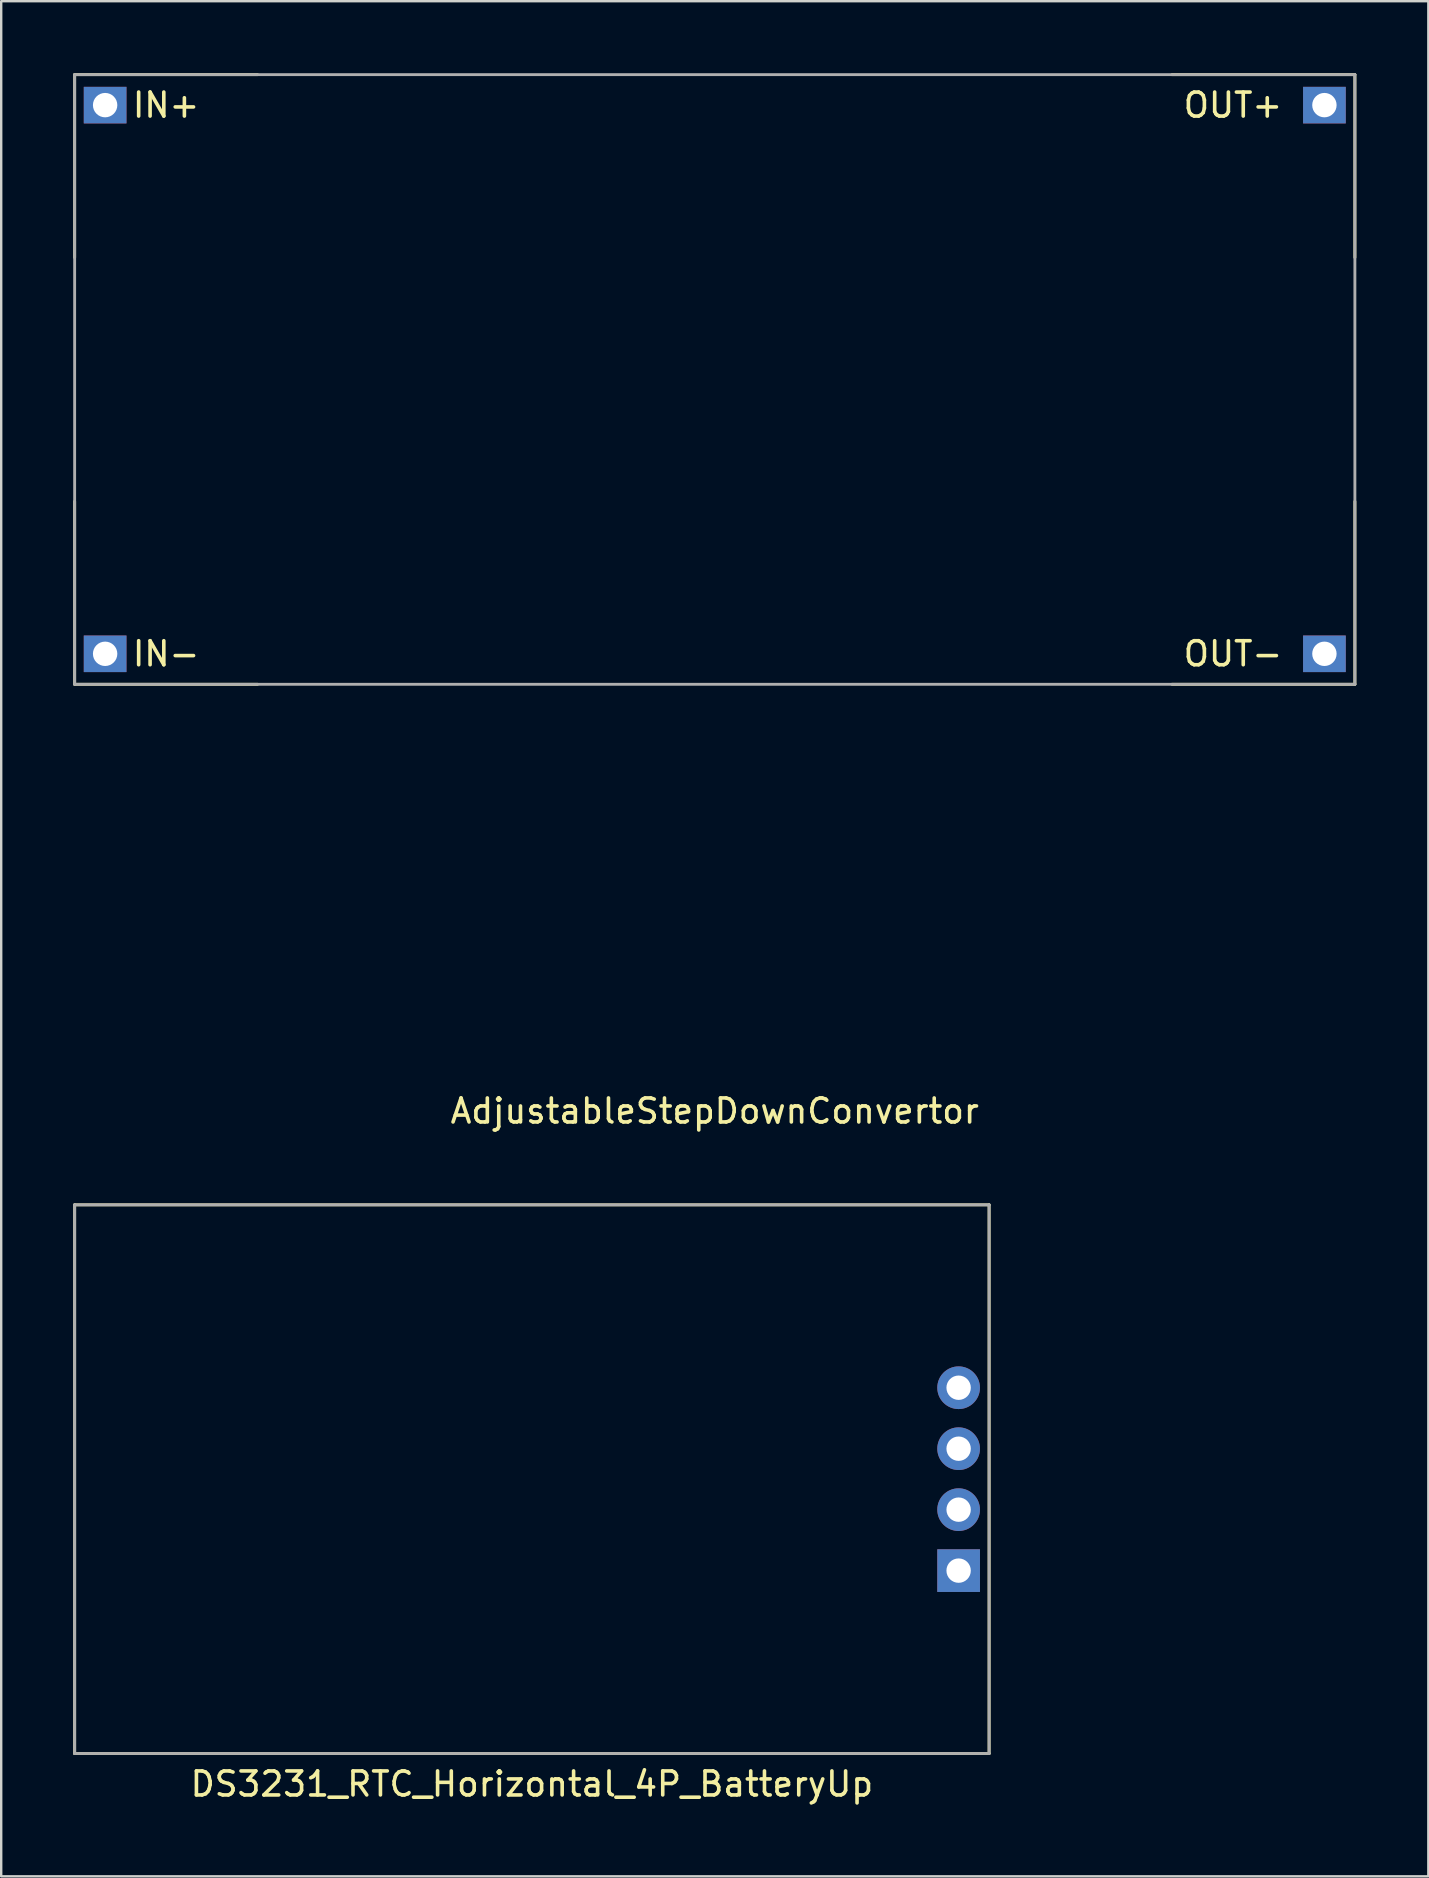
<source format=kicad_pcb>
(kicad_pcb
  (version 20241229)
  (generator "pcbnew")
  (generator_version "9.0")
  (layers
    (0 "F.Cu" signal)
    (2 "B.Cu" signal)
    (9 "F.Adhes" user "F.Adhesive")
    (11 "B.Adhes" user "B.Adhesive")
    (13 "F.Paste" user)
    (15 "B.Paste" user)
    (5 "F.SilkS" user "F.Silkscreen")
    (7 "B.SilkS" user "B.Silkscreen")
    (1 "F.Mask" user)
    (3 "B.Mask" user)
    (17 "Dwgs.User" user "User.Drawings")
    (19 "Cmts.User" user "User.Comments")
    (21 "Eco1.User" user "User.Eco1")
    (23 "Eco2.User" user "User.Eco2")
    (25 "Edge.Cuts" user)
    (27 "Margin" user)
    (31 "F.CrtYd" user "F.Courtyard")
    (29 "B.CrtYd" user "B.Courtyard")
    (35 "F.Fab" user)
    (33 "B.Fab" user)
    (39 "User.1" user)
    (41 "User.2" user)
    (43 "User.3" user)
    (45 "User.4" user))
  (footprint "AdjustableStepDownConvertor"
    (layer "F.Cu")
    (at 26.73 12.76)
    (property "Reference" "AdjustableStepDownConvertor" (at 0 30.48 0) (layer "F.SilkS") (effects (font (size 1 1) (thickness 0.15))))
    (attr through_hole)
    (fp_line (start -26.67 -12.7) (end -26.67 -5.08) (stroke (width 0.12) (type solid)) (layer "F.SilkS"))
    (fp_line (start -26.67 -12.7) (end -19.05 -12.7) (stroke (width 0.12) (type solid)) (layer "F.SilkS"))
    (fp_line (start -26.67 12.7) (end -26.67 5.08) (stroke (width 0.12) (type solid)) (layer "F.SilkS"))
    (fp_line (start -26.67 12.7) (end -19.05 12.7) (stroke (width 0.12) (type solid)) (layer "F.SilkS"))
    (fp_line (start 19.05 -12.7) (end 26.67 -12.7) (stroke (width 0.12) (type solid)) (layer "F.SilkS"))
    (fp_line (start 26.67 -12.7) (end 26.67 -5.08) (stroke (width 0.12) (type solid)) (layer "F.SilkS"))
    (fp_line (start 26.67 5.08) (end 26.67 12.7) (stroke (width 0.12) (type solid)) (layer "F.SilkS"))
    (fp_line (start 26.67 12.7) (end 19.05 12.7) (stroke (width 0.12) (type solid)) (layer "F.SilkS"))
    (fp_line (start -26.67 -12.7) (end 26.67 -12.7) (stroke (width 0.12) (type solid)) (layer "F.Fab"))
    (fp_line (start -26.67 12.7) (end -26.67 -12.7) (stroke (width 0.12) (type solid)) (layer "F.Fab"))
    (fp_line (start 26.67 -12.7) (end 26.67 12.7) (stroke (width 0.12) (type solid)) (layer "F.Fab"))
    (fp_line (start 26.67 12.7) (end -26.67 12.7) (stroke (width 0.12) (type solid)) (layer "F.Fab"))
    (fp_text user "IN+" (at -22.86 -11.43 0) (layer "F.SilkS") (effects (font (size 1 1) (thickness 0.15))))
    (fp_text user "OUT+" (at 21.59 -11.43 0) (layer "F.SilkS") (effects (font (size 1 1) (thickness 0.15))))
    (fp_text user "OUT-" (at 21.59 11.43 0) (layer "F.SilkS") (effects (font (size 1 1) (thickness 0.15))))
    (fp_text user "IN-" (at -22.86 11.43 0) (layer "F.SilkS") (effects (font (size 1 1) (thickness 0.15))))
    (pad "1" thru_hole rect (at -25.4 -11.43) (size 1.778 1.524) (drill 1.016) (layers "*.Cu" "*.Mask"))
    (pad "2" thru_hole rect (at 25.4 -11.43) (size 1.778 1.524) (drill 1.016) (layers "*.Cu" "*.Mask"))
    (pad "3" thru_hole rect (at 25.4 11.43) (size 1.778 1.524) (drill 1.016) (layers "*.Cu" "*.Mask"))
    (pad "4" thru_hole rect (at -25.4 11.43) (size 1.778 1.524) (drill 1.016) (layers "*.Cu" "*.Mask")))
  (footprint "DS3231_RTC_Horizontal_4P_BatteryUp"
    (layer "F.Cu")
    (at 19.11 58.578)
    (property "Reference" "DS3231_RTC_Horizontal_4P_BatteryUp" (at 0 12.7 0) (layer "F.SilkS") (effects (font (size 1 1) (thickness 0.15))))
    (attr through_hole)
    (fp_line (start -19.05 -11.43) (end 19.05 -11.43) (stroke (width 0.12) (type solid)) (layer "F.SilkS"))
    (fp_line (start -19.05 11.43) (end -19.05 -11.43) (stroke (width 0.12) (type solid)) (layer "F.SilkS"))
    (fp_line (start 19.05 -11.43) (end 19.05 11.43) (stroke (width 0.12) (type solid)) (layer "F.SilkS"))
    (fp_line (start 19.05 11.43) (end -19.05 11.43) (stroke (width 0.12) (type solid)) (layer "F.SilkS"))
    (fp_line (start -19.05 -11.43) (end -19.05 11.43) (stroke (width 0.12) (type solid)) (layer "F.Fab"))
    (fp_line (start -19.05 -11.43) (end 19.05 -11.43) (stroke (width 0.12) (type solid)) (layer "F.Fab"))
    (fp_line (start -19.05 11.43) (end 19.05 11.43) (stroke (width 0.12) (type solid)) (layer "F.Fab"))
    (fp_line (start 19.05 -11.43) (end 19.05 11.43) (stroke (width 0.12) (type solid)) (layer "F.Fab"))
    (pad "1" thru_hole rect (at 17.78 3.81) (size 1.778 1.778) (drill 1.016) (layers "*.Cu" "*.Mask"))
    (pad "2" thru_hole circle (at 17.78 1.27) (size 1.778 1.778) (drill 1.016) (layers "*.Cu" "*.Mask"))
    (pad "3" thru_hole circle (at 17.78 -1.27) (size 1.778 1.778) (drill 1.016) (layers "*.Cu" "*.Mask"))
    (pad "4" thru_hole circle (at 17.78 -3.81) (size 1.778 1.778) (drill 1.016) (layers "*.Cu" "*.Mask")))
  (gr_rect
    (start -3 -3)
    (end 56.46 75.126)
    (stroke (width 0.1) (type default))
    (fill no)
    (layer "Edge.Cuts")))
</source>
